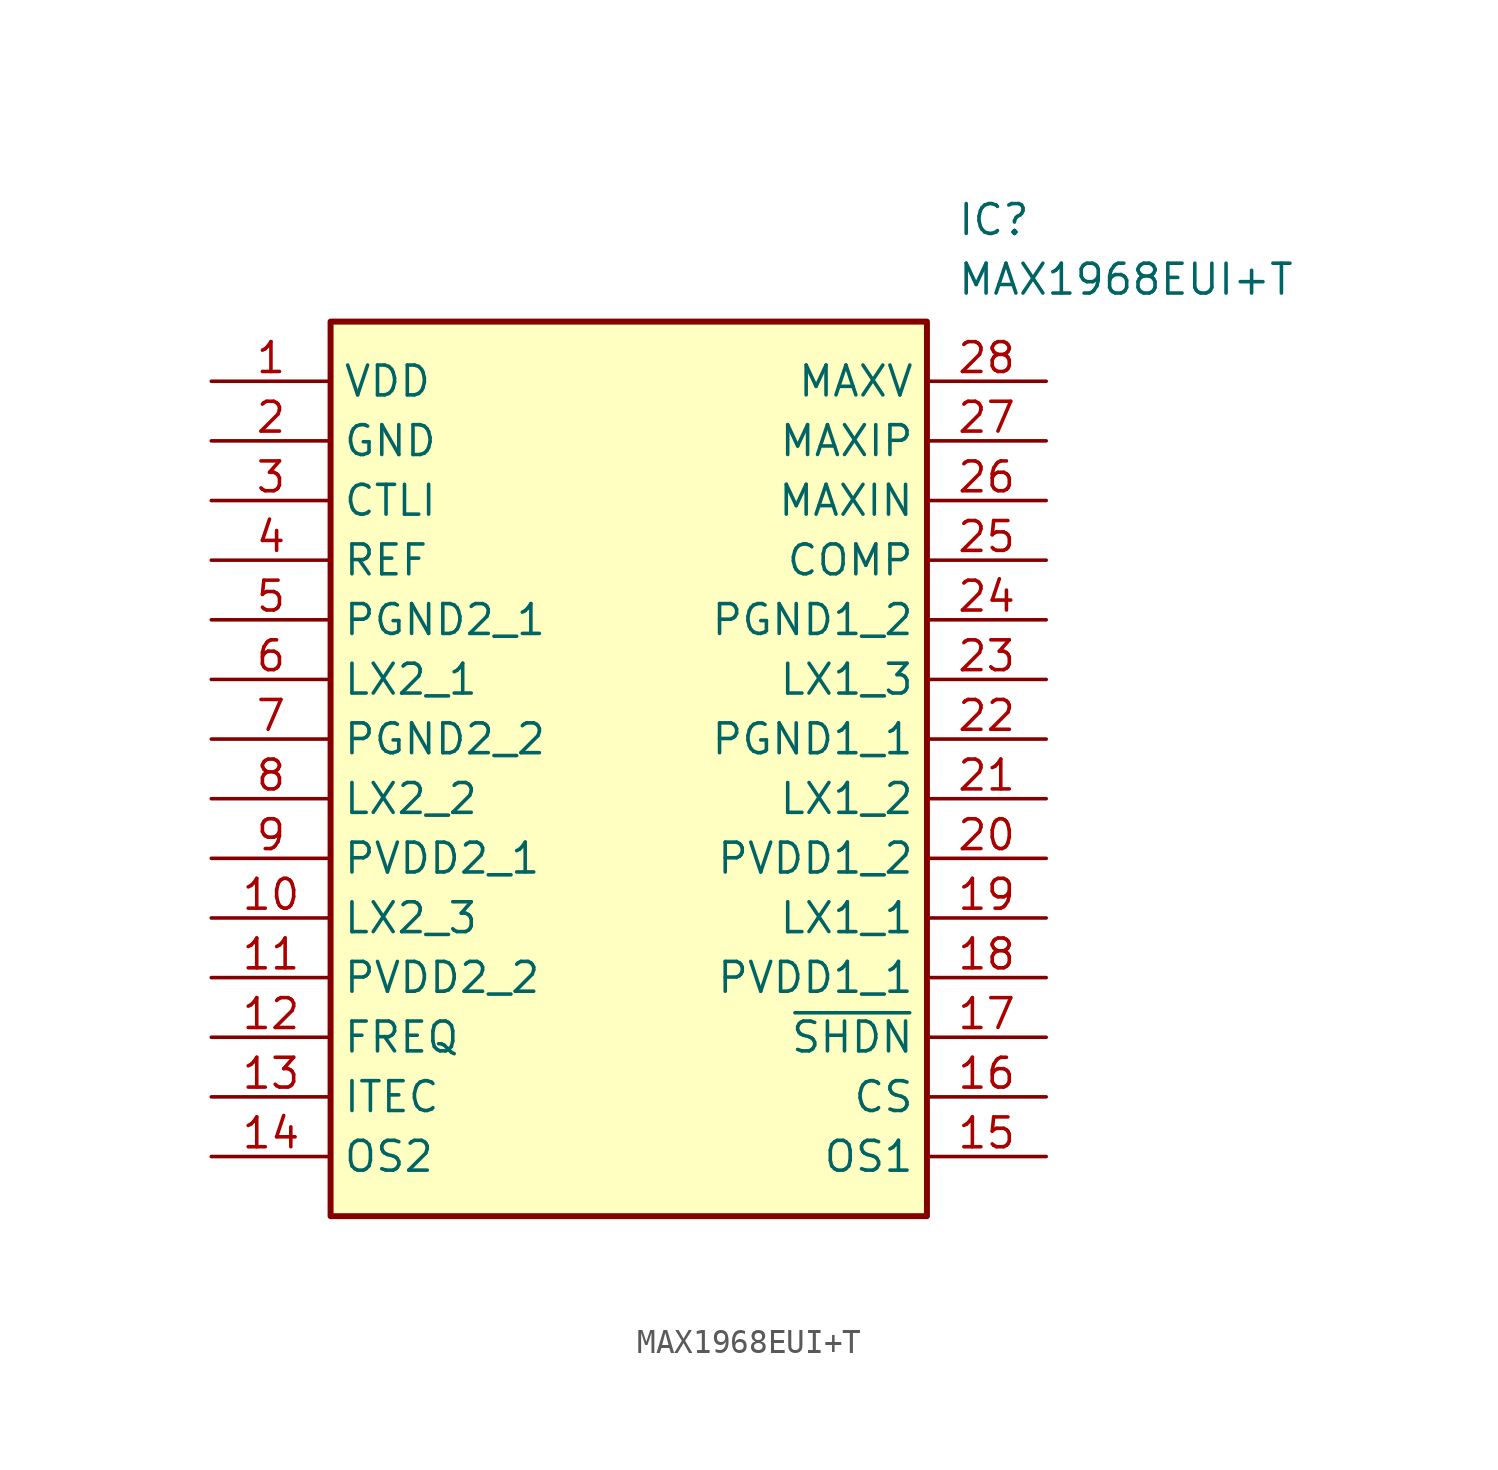
<source format=kicad_sym>
(kicad_symbol_lib
  (version 20211014)
  (generator SamacSys_ECAD_Model)
  (symbol "MAX1968EUI+T"
    (property "Reference" "IC"
      (at 31.75 7.62 0)
      (effects (font (size 1.27 1.27)) (justify left top)))
    (property "Value" "MAX1968EUI+T"
      (at 31.75 5.08 0)
      (effects (font (size 1.27 1.27)) (justify left top)))
    (rectangle
      (start 5.08 2.54)
      (end 30.48 -35.56)
      (stroke (width 0.254) (type default))
      (fill (type background)))
    (pin passive line
      (at 0 0 0)
      (length 5.08)
      (name "VDD" (effects (font (size 1.27 1.27))))
      (number "1" (effects (font (size 1.27 1.27)))))
    (pin passive line
      (at 0 -2.54 0)
      (length 5.08)
      (name "GND" (effects (font (size 1.27 1.27))))
      (number "2" (effects (font (size 1.27 1.27)))))
    (pin passive line
      (at 0 -5.08 0)
      (length 5.08)
      (name "CTLI" (effects (font (size 1.27 1.27))))
      (number "3" (effects (font (size 1.27 1.27)))))
    (pin passive line
      (at 0 -7.62 0)
      (length 5.08)
      (name "REF" (effects (font (size 1.27 1.27))))
      (number "4" (effects (font (size 1.27 1.27)))))
    (pin passive line
      (at 0 -10.16 0)
      (length 5.08)
      (name "PGND2_1" (effects (font (size 1.27 1.27))))
      (number "5" (effects (font (size 1.27 1.27)))))
    (pin passive line
      (at 0 -12.7 0)
      (length 5.08)
      (name "LX2_1" (effects (font (size 1.27 1.27))))
      (number "6" (effects (font (size 1.27 1.27)))))
    (pin passive line
      (at 0 -15.24 0)
      (length 5.08)
      (name "PGND2_2" (effects (font (size 1.27 1.27))))
      (number "7" (effects (font (size 1.27 1.27)))))
    (pin passive line
      (at 0 -17.78 0)
      (length 5.08)
      (name "LX2_2" (effects (font (size 1.27 1.27))))
      (number "8" (effects (font (size 1.27 1.27)))))
    (pin passive line
      (at 0 -20.32 0)
      (length 5.08)
      (name "PVDD2_1" (effects (font (size 1.27 1.27))))
      (number "9" (effects (font (size 1.27 1.27)))))
    (pin passive line
      (at 0 -22.86 0)
      (length 5.08)
      (name "LX2_3" (effects (font (size 1.27 1.27))))
      (number "10" (effects (font (size 1.27 1.27)))))
    (pin passive line
      (at 0 -25.4 0)
      (length 5.08)
      (name "PVDD2_2" (effects (font (size 1.27 1.27))))
      (number "11" (effects (font (size 1.27 1.27)))))
    (pin passive line
      (at 0 -27.94 0)
      (length 5.08)
      (name "FREQ" (effects (font (size 1.27 1.27))))
      (number "12" (effects (font (size 1.27 1.27)))))
    (pin passive line
      (at 0 -30.48 0)
      (length 5.08)
      (name "ITEC" (effects (font (size 1.27 1.27))))
      (number "13" (effects (font (size 1.27 1.27)))))
    (pin passive line
      (at 0 -33.02 0)
      (length 5.08)
      (name "OS2" (effects (font (size 1.27 1.27))))
      (number "14" (effects (font (size 1.27 1.27)))))
    (pin passive line
      (at 35.56 0 180)
      (length 5.08)
      (name "MAXV" (effects (font (size 1.27 1.27))))
      (number "28" (effects (font (size 1.27 1.27)))))
    (pin passive line
      (at 35.56 -2.54 180)
      (length 5.08)
      (name "MAXIP" (effects (font (size 1.27 1.27))))
      (number "27" (effects (font (size 1.27 1.27)))))
    (pin passive line
      (at 35.56 -5.08 180)
      (length 5.08)
      (name "MAXIN" (effects (font (size 1.27 1.27))))
      (number "26" (effects (font (size 1.27 1.27)))))
    (pin passive line
      (at 35.56 -7.62 180)
      (length 5.08)
      (name "COMP" (effects (font (size 1.27 1.27))))
      (number "25" (effects (font (size 1.27 1.27)))))
    (pin passive line
      (at 35.56 -10.16 180)
      (length 5.08)
      (name "PGND1_2" (effects (font (size 1.27 1.27))))
      (number "24" (effects (font (size 1.27 1.27)))))
    (pin passive line
      (at 35.56 -12.7 180)
      (length 5.08)
      (name "LX1_3" (effects (font (size 1.27 1.27))))
      (number "23" (effects (font (size 1.27 1.27)))))
    (pin passive line
      (at 35.56 -15.24 180)
      (length 5.08)
      (name "PGND1_1" (effects (font (size 1.27 1.27))))
      (number "22" (effects (font (size 1.27 1.27)))))
    (pin passive line
      (at 35.56 -17.78 180)
      (length 5.08)
      (name "LX1_2" (effects (font (size 1.27 1.27))))
      (number "21" (effects (font (size 1.27 1.27)))))
    (pin passive line
      (at 35.56 -20.32 180)
      (length 5.08)
      (name "PVDD1_2" (effects (font (size 1.27 1.27))))
      (number "20" (effects (font (size 1.27 1.27)))))
    (pin passive line
      (at 35.56 -22.86 180)
      (length 5.08)
      (name "LX1_1" (effects (font (size 1.27 1.27))))
      (number "19" (effects (font (size 1.27 1.27)))))
    (pin passive line
      (at 35.56 -25.4 180)
      (length 5.08)
      (name "PVDD1_1" (effects (font (size 1.27 1.27))))
      (number "18" (effects (font (size 1.27 1.27)))))
    (pin passive line
      (at 35.56 -27.94 180)
      (length 5.08)
      (name "~{SHDN}" (effects (font (size 1.27 1.27))))
      (number "17" (effects (font (size 1.27 1.27)))))
    (pin passive line
      (at 35.56 -30.48 180)
      (length 5.08)
      (name "CS" (effects (font (size 1.27 1.27))))
      (number "16" (effects (font (size 1.27 1.27)))))
    (pin passive line
      (at 35.56 -33.02 180)
      (length 5.08)
      (name "OS1" (effects (font (size 1.27 1.27))))
      (number "15" (effects (font (size 1.27 1.27)))))))
</source>
